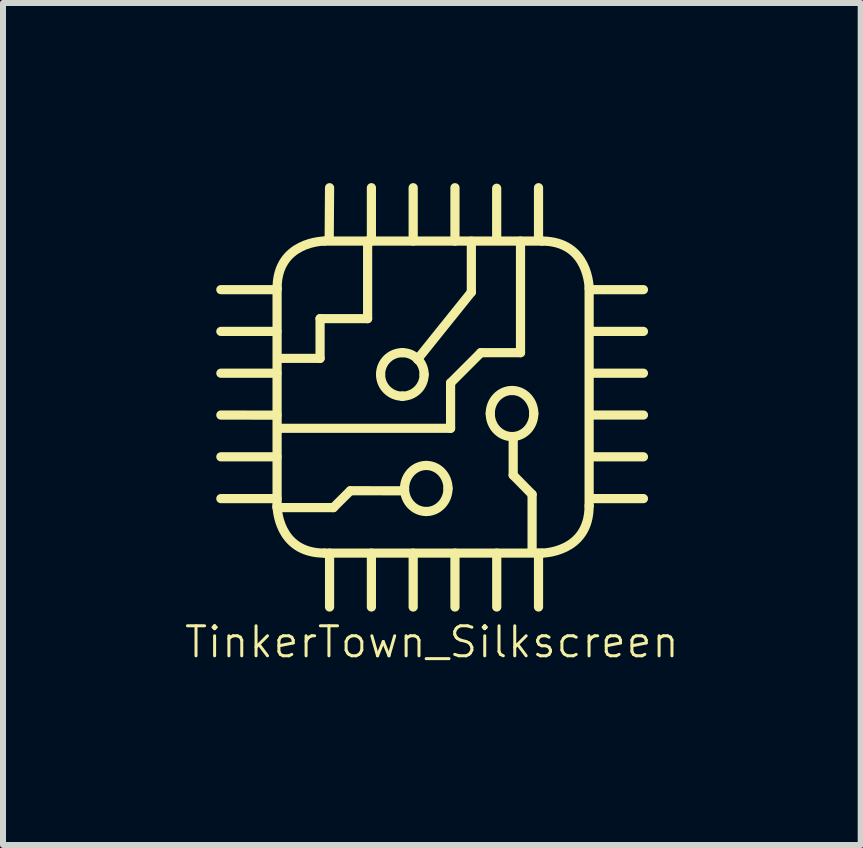
<source format=kicad_pcb>
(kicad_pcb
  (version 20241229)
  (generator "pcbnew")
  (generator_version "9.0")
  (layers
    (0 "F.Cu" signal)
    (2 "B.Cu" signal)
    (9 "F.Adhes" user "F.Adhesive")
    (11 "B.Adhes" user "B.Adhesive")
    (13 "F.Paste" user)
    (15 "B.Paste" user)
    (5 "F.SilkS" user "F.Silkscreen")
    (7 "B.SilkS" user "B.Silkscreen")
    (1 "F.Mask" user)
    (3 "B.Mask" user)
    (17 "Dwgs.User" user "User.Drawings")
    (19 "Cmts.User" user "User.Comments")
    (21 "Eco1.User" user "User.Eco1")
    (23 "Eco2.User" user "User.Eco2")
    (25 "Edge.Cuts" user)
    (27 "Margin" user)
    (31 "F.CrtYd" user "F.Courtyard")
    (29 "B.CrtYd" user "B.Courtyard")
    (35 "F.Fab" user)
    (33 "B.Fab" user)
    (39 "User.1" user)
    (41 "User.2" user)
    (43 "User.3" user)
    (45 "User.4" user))
  (footprint "TinkerTown_Silkscreen"
    (layer "F.Cu")
    (at 4.144 3.646)
    (property "Reference" "TinkerTown_Silkscreen" (at 0 4 0) (layer "F.SilkS") (effects (font (size 0.5 0.5) (thickness 0.05))))
    (attr through_hole)
    (fp_line (start -2.58 -1.871) (end -3.515 -1.871) (stroke (width 0.153) (type solid)) (layer "F.SilkS"))
    (fp_line (start -2.58 -1.175) (end -3.515 -1.175) (stroke (width 0.153) (type solid)) (layer "F.SilkS"))
    (fp_line (start -2.58 -0.479) (end -3.515 -0.479) (stroke (width 0.153) (type solid)) (layer "F.SilkS"))
    (fp_line (start -2.58 0.22) (end -3.515 0.218) (stroke (width 0.153) (type solid)) (layer "F.SilkS"))
    (fp_line (start -2.58 0.914) (end -3.515 0.914) (stroke (width 0.153) (type solid)) (layer "F.SilkS"))
    (fp_line (start -2.58 1.61) (end -3.515 1.61) (stroke (width 0.153) (type solid)) (layer "F.SilkS"))
    (fp_line (start -2.578 -1.892) (end -2.578 1.73) (stroke (width 0.153) (type solid)) (layer "F.SilkS"))
    (fp_line (start -2.555 -0.726) (end -1.862 -0.726) (stroke (width 0.153) (type solid)) (layer "F.SilkS"))
    (fp_line (start -1.862 -1.388) (end -1.07 -1.388) (stroke (width 0.153) (type solid)) (layer "F.SilkS"))
    (fp_line (start -1.862 -0.726) (end -1.862 -1.388) (stroke (width 0.153) (type solid)) (layer "F.SilkS"))
    (fp_line (start -1.79 2.518) (end 1.832 2.518) (stroke (width 0.153) (type solid)) (layer "F.SilkS"))
    (fp_line (start -1.704 -3.569) (end -1.71 -2.69) (stroke (width 0.153) (type solid)) (layer "F.SilkS"))
    (fp_line (start -1.704 2.518) (end -1.704 3.416) (stroke (width 0.153) (type solid)) (layer "F.SilkS"))
    (fp_line (start -1.64 1.76) (end -2.58 1.76) (stroke (width 0.153) (type solid)) (layer "F.SilkS"))
    (fp_line (start -1.358 1.479) (end -1.641 1.76) (stroke (width 0.153) (type solid)) (layer "F.SilkS"))
    (fp_line (start -1.07 -1.388) (end -1.07 -2.68) (stroke (width 0.153) (type solid)) (layer "F.SilkS"))
    (fp_line (start -1.007 -3.569) (end -1.007 -2.68) (stroke (width 0.153) (type solid)) (layer "F.SilkS"))
    (fp_line (start -1.007 2.518) (end -1.007 3.416) (stroke (width 0.153) (type solid)) (layer "F.SilkS"))
    (fp_line (start -0.491 -0.096) (end -0.491 -0.096) (stroke (width 0.153) (type solid)) (layer "F.SilkS"))
    (fp_line (start -0.46 1.48) (end -1.358 1.479) (stroke (width 0.153) (type solid)) (layer "F.SilkS"))
    (fp_line (start -0.311 -3.569) (end -0.311 -2.68) (stroke (width 0.153) (type solid)) (layer "F.SilkS"))
    (fp_line (start -0.311 2.518) (end -0.311 3.416) (stroke (width 0.153) (type solid)) (layer "F.SilkS"))
    (fp_line (start -0.093 1.825) (end -0.093 1.825) (stroke (width 0.153) (type solid)) (layer "F.SilkS"))
    (fp_line (start 0.312 -0.317) (end 0.312 0.439) (stroke (width 0.153) (type solid)) (layer "F.SilkS"))
    (fp_line (start 0.312 0.439) (end -2.555 0.439) (stroke (width 0.153) (type solid)) (layer "F.SilkS"))
    (fp_line (start 0.385 -3.569) (end 0.385 -2.68) (stroke (width 0.153) (type solid)) (layer "F.SilkS"))
    (fp_line (start 0.385 2.518) (end 0.385 3.416) (stroke (width 0.153) (type solid)) (layer "F.SilkS"))
    (fp_line (start 0.658 -2.679) (end 0.658 -1.829) (stroke (width 0.153) (type solid)) (layer "F.SilkS"))
    (fp_line (start 0.658 -1.829) (end -0.24 -0.71) (stroke (width 0.153) (type solid)) (layer "F.SilkS"))
    (fp_line (start 0.816 -0.821) (end 0.312 -0.317) (stroke (width 0.153) (type solid)) (layer "F.SilkS"))
    (fp_line (start 1.08 -3.56) (end 1.08 -2.69) (stroke (width 0.153) (type solid)) (layer "F.SilkS"))
    (fp_line (start 1.081 2.518) (end 1.081 3.416) (stroke (width 0.153) (type solid)) (layer "F.SilkS"))
    (fp_line (start 1.336 0.577) (end 1.336 0.577) (stroke (width 0.153) (type solid)) (layer "F.SilkS"))
    (fp_line (start 1.355 0.59) (end 1.355 1.219) (stroke (width 0.153) (type solid)) (layer "F.SilkS"))
    (fp_line (start 1.355 1.219) (end 1.67 1.54) (stroke (width 0.153) (type solid)) (layer "F.SilkS"))
    (fp_line (start 1.477 -2.68) (end 1.477 -0.821) (stroke (width 0.153) (type solid)) (layer "F.SilkS"))
    (fp_line (start 1.477 -0.821) (end 0.816 -0.821) (stroke (width 0.153) (type solid)) (layer "F.SilkS"))
    (fp_line (start 1.67 1.54) (end 1.67 2.49) (stroke (width 0.153) (type solid)) (layer "F.SilkS"))
    (fp_line (start 1.777 -3.569) (end 1.777 -2.69) (stroke (width 0.153) (type solid)) (layer "F.SilkS"))
    (fp_line (start 1.777 2.518) (end 1.777 3.416) (stroke (width 0.153) (type solid)) (layer "F.SilkS"))
    (fp_line (start 1.832 -2.68) (end -1.79 -2.68) (stroke (width 0.153) (type solid)) (layer "F.SilkS"))
    (fp_line (start 2.62 1.73) (end 2.62 -1.892) (stroke (width 0.153) (type solid)) (layer "F.SilkS"))
    (fp_line (start 3.525 -1.871) (end 2.627 -1.871) (stroke (width 0.153) (type solid)) (layer "F.SilkS"))
    (fp_line (start 3.525 -1.175) (end 2.627 -1.175) (stroke (width 0.153) (type solid)) (layer "F.SilkS"))
    (fp_line (start 3.525 -0.479) (end 2.627 -0.479) (stroke (width 0.153) (type solid)) (layer "F.SilkS"))
    (fp_line (start 3.525 0.218) (end 2.627 0.218) (stroke (width 0.153) (type solid)) (layer "F.SilkS"))
    (fp_line (start 3.525 0.914) (end 2.627 0.914) (stroke (width 0.153) (type solid)) (layer "F.SilkS"))
    (fp_line (start 3.525 1.61) (end 2.627 1.61) (stroke (width 0.153) (type solid)) (layer "F.SilkS"))
    (fp_curve (pts (xy -2.578 1.73) (xy -2.578 1.73) (xy -2.578 2.518) (xy -1.79 2.518)) (stroke (width 0.153) (type solid)) (layer "F.SilkS"))
    (fp_curve (pts (xy -1.79 -2.68) (xy -1.79 -2.68) (xy -2.578 -2.68) (xy -2.578 -1.892)) (stroke (width 0.153) (type solid)) (layer "F.SilkS"))
    (fp_curve (pts (xy -0.854 -0.458) (xy -0.854 -0.258) (xy -0.692 -0.096) (xy -0.491 -0.096)) (stroke (width 0.153) (type solid)) (layer "F.SilkS"))
    (fp_curve (pts (xy -0.491 -0.821) (xy -0.692 -0.821) (xy -0.854 -0.658) (xy -0.854 -0.458)) (stroke (width 0.153) (type solid)) (layer "F.SilkS"))
    (fp_curve (pts (xy -0.491 -0.096) (xy -0.292 -0.096) (xy -0.129 -0.258) (xy -0.129 -0.458)) (stroke (width 0.153) (type solid)) (layer "F.SilkS"))
    (fp_curve (pts (xy -0.455 1.442) (xy -0.455 1.654) (xy -0.293 1.825) (xy -0.093 1.825)) (stroke (width 0.153) (type solid)) (layer "F.SilkS"))
    (fp_curve (pts (xy -0.22 -0.698) (xy -0.287 -0.773) (xy -0.384 -0.821) (xy -0.491 -0.821)) (stroke (width 0.153) (type solid)) (layer "F.SilkS"))
    (fp_curve (pts (xy -0.129 -0.458) (xy -0.129 -0.55) (xy -0.164 -0.634) (xy -0.22 -0.698)) (stroke (width 0.153) (type solid)) (layer "F.SilkS"))
    (fp_curve (pts (xy -0.093 1.058) (xy -0.293 1.058) (xy -0.455 1.23) (xy -0.455 1.442)) (stroke (width 0.153) (type solid)) (layer "F.SilkS"))
    (fp_curve (pts (xy -0.093 1.825) (xy 0.107 1.825) (xy 0.269 1.654) (xy 0.269 1.442)) (stroke (width 0.153) (type solid)) (layer "F.SilkS"))
    (fp_curve (pts (xy 0.269 1.442) (xy 0.269 1.23) (xy 0.107 1.058) (xy -0.093 1.058)) (stroke (width 0.153) (type solid)) (layer "F.SilkS"))
    (fp_curve (pts (xy 0.973 0.193) (xy 0.973 0.405) (xy 1.135 0.577) (xy 1.336 0.577)) (stroke (width 0.153) (type solid)) (layer "F.SilkS"))
    (fp_curve (pts (xy 1.336 -0.191) (xy 1.135 -0.191) (xy 0.973 -0.019) (xy 0.973 0.193)) (stroke (width 0.153) (type solid)) (layer "F.SilkS"))
    (fp_curve (pts (xy 1.336 0.577) (xy 1.536 0.577) (xy 1.698 0.405) (xy 1.698 0.193)) (stroke (width 0.153) (type solid)) (layer "F.SilkS"))
    (fp_curve (pts (xy 1.698 0.193) (xy 1.698 -0.019) (xy 1.536 -0.191) (xy 1.336 -0.191)) (stroke (width 0.153) (type solid)) (layer "F.SilkS"))
    (fp_curve (pts (xy 1.832 2.518) (xy 1.832 2.518) (xy 2.62 2.518) (xy 2.62 1.73)) (stroke (width 0.153) (type solid)) (layer "F.SilkS"))
    (fp_curve (pts (xy 2.62 -1.892) (xy 2.62 -1.892) (xy 2.62 -2.68) (xy 1.832 -2.68)) (stroke (width 0.153) (type solid)) (layer "F.SilkS")))
  (gr_rect
    (start -3 -3)
    (end 11.288 11.026)
    (stroke (width 0.1) (type default))
    (fill no)
    (layer "Edge.Cuts")))
</source>
